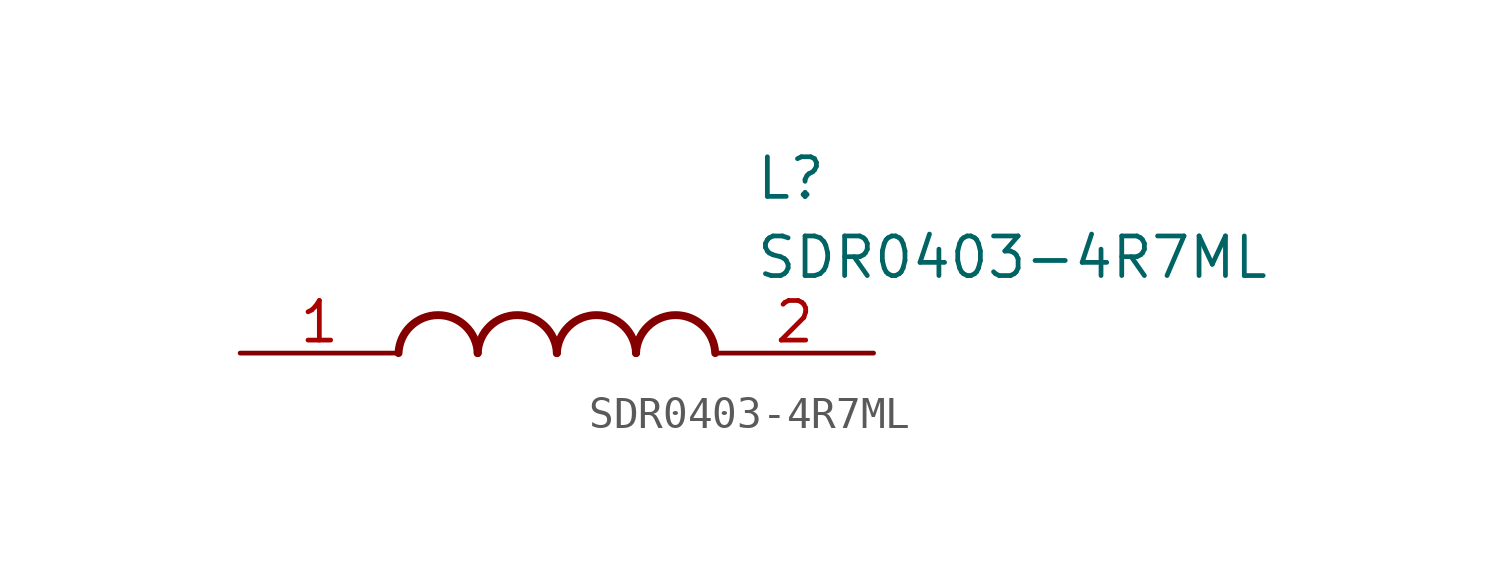
<source format=kicad_sym>
(kicad_symbol_lib
  (version 20211014)
  (generator SamacSys_ECAD_Model)
  (symbol "SDR0403-4R7ML"
    (pin_names hide)
    (property "Reference" "L"
      (at 16.51 6.35 0)
      (effects (font (size 1.27 1.27)) (justify left top)))
    (property "Value" "SDR0403-4R7ML"
      (at 16.51 3.81 0)
      (effects (font (size 1.27 1.27)) (justify left top)))
    (arc
      (start 7.62 0)
      (mid 6.35 1.219)
      (end 5.08 0)
      (stroke (width 0.254) (type default))
      (fill (type none)))
    (arc
      (start 10.16 0)
      (mid 8.89 1.219)
      (end 7.62 0)
      (stroke (width 0.254) (type default))
      (fill (type none)))
    (arc
      (start 12.7 0)
      (mid 11.43 1.219)
      (end 10.16 0)
      (stroke (width 0.254) (type default))
      (fill (type none)))
    (arc
      (start 15.24 0)
      (mid 13.97 1.219)
      (end 12.7 0)
      (stroke (width 0.254) (type default))
      (fill (type none)))
    (pin passive line
      (at 0 0 0)
      (length 5.08)
      (name "1" (effects (font (size 1.27 1.27))))
      (number "1" (effects (font (size 1.27 1.27)))))
    (pin passive line
      (at 20.32 0 180)
      (length 5.08)
      (name "2" (effects (font (size 1.27 1.27))))
      (number "2" (effects (font (size 1.27 1.27)))))))
</source>
